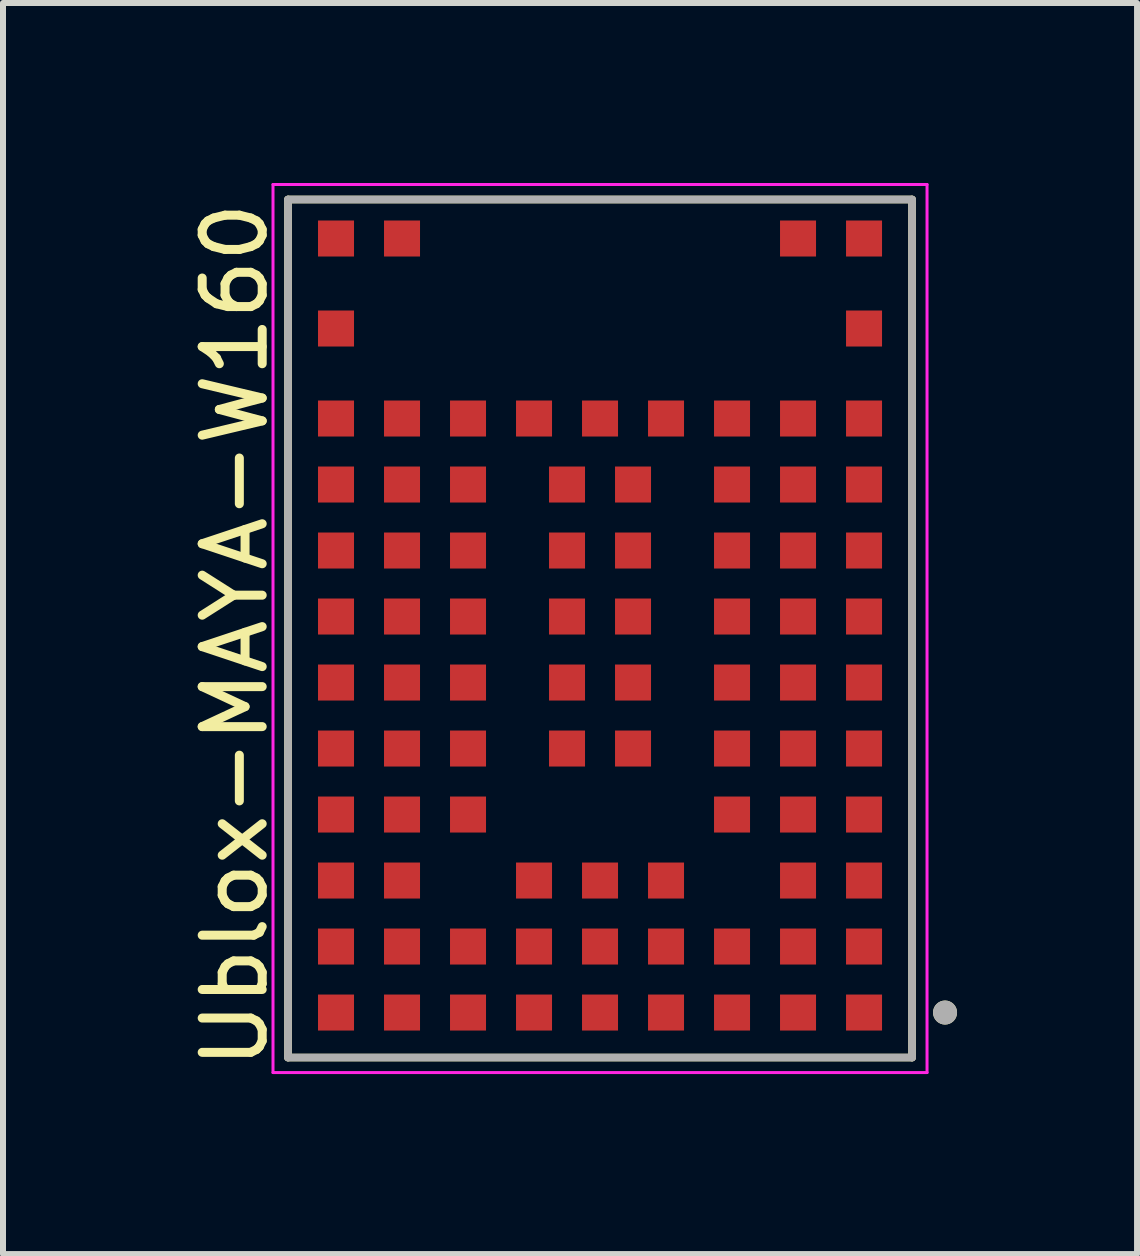
<source format=kicad_pcb>
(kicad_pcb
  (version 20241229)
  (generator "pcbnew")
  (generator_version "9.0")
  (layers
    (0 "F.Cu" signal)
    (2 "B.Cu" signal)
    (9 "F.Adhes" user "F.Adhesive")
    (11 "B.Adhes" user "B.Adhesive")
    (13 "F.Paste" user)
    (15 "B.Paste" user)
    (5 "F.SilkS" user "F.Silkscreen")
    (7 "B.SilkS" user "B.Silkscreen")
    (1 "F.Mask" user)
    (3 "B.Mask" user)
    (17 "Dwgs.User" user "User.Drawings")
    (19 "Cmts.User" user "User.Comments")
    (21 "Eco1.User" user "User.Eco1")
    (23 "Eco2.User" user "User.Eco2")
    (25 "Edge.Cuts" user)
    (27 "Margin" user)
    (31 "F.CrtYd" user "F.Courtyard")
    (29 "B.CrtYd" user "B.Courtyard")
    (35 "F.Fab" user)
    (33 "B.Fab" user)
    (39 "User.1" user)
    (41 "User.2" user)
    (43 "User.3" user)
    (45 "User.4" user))
  (footprint "Ublox-MAYA-W160"
    (layer "F.Cu")
    (at 6.95 7.225)
    (property "Reference" "Ublox-MAYA-W160" (at -5.5 7.6 270) (layer "F.SilkS") (effects (font (size 1 1) (thickness 0.15)) (justify left bottom)))
    (attr smd)
    (fp_line (start -5.2 -6.95) (end 5.2 -6.95) (stroke (width 0.127) (type solid)) (layer "F.SilkS"))
    (fp_line (start -5.2 7.35) (end -5.2 -6.95) (stroke (width 0.127) (type solid)) (layer "F.SilkS"))
    (fp_line (start 5.2 -6.95) (end 5.2 7.35) (stroke (width 0.127) (type solid)) (layer "F.SilkS"))
    (fp_line (start 5.2 7.35) (end -5.2 7.35) (stroke (width 0.127) (type solid)) (layer "F.SilkS"))
    (fp_circle (center 5.75 6.6) (end 5.85 6.6) (stroke (width 0.2) (type solid)) (fill no) (layer "F.SilkS"))
    (fp_line (start -5.45 -7.2) (end 5.45 -7.2) (stroke (width 0.05) (type solid)) (layer "F.CrtYd"))
    (fp_line (start -5.45 7.6) (end -5.45 -7.2) (stroke (width 0.05) (type solid)) (layer "F.CrtYd"))
    (fp_line (start 5.45 -7.2) (end 5.45 7.6) (stroke (width 0.05) (type solid)) (layer "F.CrtYd"))
    (fp_line (start 5.45 7.6) (end -5.45 7.6) (stroke (width 0.05) (type solid)) (layer "F.CrtYd"))
    (fp_line (start -5.2 -6.95) (end 5.2 -6.95) (stroke (width 0.127) (type solid)) (layer "F.Fab"))
    (fp_line (start -5.2 7.35) (end -5.2 -6.95) (stroke (width 0.127) (type solid)) (layer "F.Fab"))
    (fp_line (start 5.2 -6.95) (end 5.2 7.35) (stroke (width 0.127) (type solid)) (layer "F.Fab"))
    (fp_line (start 5.2 7.35) (end -5.2 7.35) (stroke (width 0.127) (type solid)) (layer "F.Fab"))
    (fp_circle (center 5.75 6.6) (end 5.85 6.6) (stroke (width 0.2) (type solid)) (fill no) (layer "F.Fab"))
    (pad "A1" smd rect (at 4.4 6.6) (size 0.6 0.6) (layers "F.Cu" "F.Mask" "F.Paste"))
    (pad "A2" smd rect (at 3.3 6.6) (size 0.6 0.6) (layers "F.Cu" "F.Mask" "F.Paste"))
    (pad "A3" smd rect (at 2.2 6.6) (size 0.6 0.6) (layers "F.Cu" "F.Mask" "F.Paste"))
    (pad "A4" smd rect (at 1.1 6.6) (size 0.6 0.6) (layers "F.Cu" "F.Mask" "F.Paste"))
    (pad "A5" smd rect (at 0 6.6) (size 0.6 0.6) (layers "F.Cu" "F.Mask" "F.Paste"))
    (pad "A6" smd rect (at -1.1 6.6) (size 0.6 0.6) (layers "F.Cu" "F.Mask" "F.Paste"))
    (pad "A7" smd rect (at -2.2 6.6) (size 0.6 0.6) (layers "F.Cu" "F.Mask" "F.Paste"))
    (pad "A8" smd rect (at -3.3 6.6) (size 0.6 0.6) (layers "F.Cu" "F.Mask" "F.Paste"))
    (pad "A9" smd rect (at -4.4 6.6) (size 0.6 0.6) (layers "F.Cu" "F.Mask" "F.Paste"))
    (pad "B1" smd rect (at 4.4 5.5) (size 0.6 0.6) (layers "F.Cu" "F.Mask" "F.Paste"))
    (pad "B2" smd rect (at 3.3 5.5) (size 0.6 0.6) (layers "F.Cu" "F.Mask" "F.Paste"))
    (pad "B3" smd rect (at 2.2 5.5) (size 0.6 0.6) (layers "F.Cu" "F.Mask" "F.Paste"))
    (pad "B4" smd rect (at 1.1 5.5) (size 0.6 0.6) (layers "F.Cu" "F.Mask" "F.Paste"))
    (pad "B5" smd rect (at 0 5.5) (size 0.6 0.6) (layers "F.Cu" "F.Mask" "F.Paste"))
    (pad "B6" smd rect (at -1.1 5.5) (size 0.6 0.6) (layers "F.Cu" "F.Mask" "F.Paste"))
    (pad "B7" smd rect (at -2.2 5.5) (size 0.6 0.6) (layers "F.Cu" "F.Mask" "F.Paste"))
    (pad "B8" smd rect (at -3.3 5.5) (size 0.6 0.6) (layers "F.Cu" "F.Mask" "F.Paste"))
    (pad "B9" smd rect (at -4.4 5.5) (size 0.6 0.6) (layers "F.Cu" "F.Mask" "F.Paste"))
    (pad "C1" smd rect (at 4.4 4.4) (size 0.6 0.6) (layers "F.Cu" "F.Mask" "F.Paste"))
    (pad "C2" smd rect (at 3.3 4.4) (size 0.6 0.6) (layers "F.Cu" "F.Mask" "F.Paste"))
    (pad "C4" smd rect (at 1.1 4.4) (size 0.6 0.6) (layers "F.Cu" "F.Mask" "F.Paste"))
    (pad "C5" smd rect (at 0 4.4) (size 0.6 0.6) (layers "F.Cu" "F.Mask" "F.Paste"))
    (pad "C6" smd rect (at -1.1 4.4) (size 0.6 0.6) (layers "F.Cu" "F.Mask" "F.Paste"))
    (pad "C8" smd rect (at -3.3 4.4) (size 0.6 0.6) (layers "F.Cu" "F.Mask" "F.Paste"))
    (pad "C9" smd rect (at -4.4 4.4) (size 0.6 0.6) (layers "F.Cu" "F.Mask" "F.Paste"))
    (pad "D1" smd rect (at 4.4 3.3) (size 0.6 0.6) (layers "F.Cu" "F.Mask" "F.Paste"))
    (pad "D2" smd rect (at 3.3 3.3) (size 0.6 0.6) (layers "F.Cu" "F.Mask" "F.Paste"))
    (pad "D3" smd rect (at 2.2 3.3) (size 0.6 0.6) (layers "F.Cu" "F.Mask" "F.Paste"))
    (pad "D7" smd rect (at -2.2 3.3) (size 0.6 0.6) (layers "F.Cu" "F.Mask" "F.Paste"))
    (pad "D8" smd rect (at -3.3 3.3) (size 0.6 0.6) (layers "F.Cu" "F.Mask" "F.Paste"))
    (pad "D9" smd rect (at -4.4 3.3) (size 0.6 0.6) (layers "F.Cu" "F.Mask" "F.Paste"))
    (pad "E1" smd rect (at 4.4 2.2) (size 0.6 0.6) (layers "F.Cu" "F.Mask" "F.Paste"))
    (pad "E2" smd rect (at 3.3 2.2) (size 0.6 0.6) (layers "F.Cu" "F.Mask" "F.Paste"))
    (pad "E3" smd rect (at 2.2 2.2) (size 0.6 0.6) (layers "F.Cu" "F.Mask" "F.Paste"))
    (pad "E4" smd rect (at 0.55 2.2) (size 0.6 0.6) (layers "F.Cu" "F.Mask" "F.Paste"))
    (pad "E5" smd rect (at -0.55 2.2) (size 0.6 0.6) (layers "F.Cu" "F.Mask" "F.Paste"))
    (pad "E7" smd rect (at -2.2 2.2) (size 0.6 0.6) (layers "F.Cu" "F.Mask" "F.Paste"))
    (pad "E8" smd rect (at -3.3 2.2) (size 0.6 0.6) (layers "F.Cu" "F.Mask" "F.Paste"))
    (pad "E9" smd rect (at -4.4 2.2) (size 0.6 0.6) (layers "F.Cu" "F.Mask" "F.Paste"))
    (pad "F1" smd rect (at 4.4 1.1) (size 0.6 0.6) (layers "F.Cu" "F.Mask" "F.Paste"))
    (pad "F2" smd rect (at 3.3 1.1) (size 0.6 0.6) (layers "F.Cu" "F.Mask" "F.Paste"))
    (pad "F3" smd rect (at 2.2 1.1) (size 0.6 0.6) (layers "F.Cu" "F.Mask" "F.Paste"))
    (pad "F4" smd rect (at 0.55 1.1) (size 0.6 0.6) (layers "F.Cu" "F.Mask" "F.Paste"))
    (pad "F5" smd rect (at -0.55 1.1) (size 0.6 0.6) (layers "F.Cu" "F.Mask" "F.Paste"))
    (pad "F7" smd rect (at -2.2 1.1) (size 0.6 0.6) (layers "F.Cu" "F.Mask" "F.Paste"))
    (pad "F8" smd rect (at -3.3 1.1) (size 0.6 0.6) (layers "F.Cu" "F.Mask" "F.Paste"))
    (pad "F9" smd rect (at -4.4 1.1) (size 0.6 0.6) (layers "F.Cu" "F.Mask" "F.Paste"))
    (pad "G1" smd rect (at 4.4 0) (size 0.6 0.6) (layers "F.Cu" "F.Mask" "F.Paste"))
    (pad "G2" smd rect (at 3.3 0) (size 0.6 0.6) (layers "F.Cu" "F.Mask" "F.Paste"))
    (pad "G3" smd rect (at 2.2 0) (size 0.6 0.6) (layers "F.Cu" "F.Mask" "F.Paste"))
    (pad "G4" smd rect (at 0.55 0) (size 0.6 0.6) (layers "F.Cu" "F.Mask" "F.Paste"))
    (pad "G5" smd rect (at -0.55 0) (size 0.6 0.6) (layers "F.Cu" "F.Mask" "F.Paste"))
    (pad "G7" smd rect (at -2.2 0) (size 0.6 0.6) (layers "F.Cu" "F.Mask" "F.Paste"))
    (pad "G8" smd rect (at -3.3 0) (size 0.6 0.6) (layers "F.Cu" "F.Mask" "F.Paste"))
    (pad "G9" smd rect (at -4.4 0) (size 0.6 0.6) (layers "F.Cu" "F.Mask" "F.Paste"))
    (pad "H1" smd rect (at 4.4 -1.1) (size 0.6 0.6) (layers "F.Cu" "F.Mask" "F.Paste"))
    (pad "H2" smd rect (at 3.3 -1.1) (size 0.6 0.6) (layers "F.Cu" "F.Mask" "F.Paste"))
    (pad "H3" smd rect (at 2.2 -1.1) (size 0.6 0.6) (layers "F.Cu" "F.Mask" "F.Paste"))
    (pad "H4" smd rect (at 0.55 -1.1) (size 0.6 0.6) (layers "F.Cu" "F.Mask" "F.Paste"))
    (pad "H5" smd rect (at -0.55 -1.1) (size 0.6 0.6) (layers "F.Cu" "F.Mask" "F.Paste"))
    (pad "H7" smd rect (at -2.2 -1.1) (size 0.6 0.6) (layers "F.Cu" "F.Mask" "F.Paste"))
    (pad "H8" smd rect (at -3.3 -1.1) (size 0.6 0.6) (layers "F.Cu" "F.Mask" "F.Paste"))
    (pad "H9" smd rect (at -4.4 -1.1) (size 0.6 0.6) (layers "F.Cu" "F.Mask" "F.Paste"))
    (pad "J1" smd rect (at 4.4 -2.2) (size 0.6 0.6) (layers "F.Cu" "F.Mask" "F.Paste"))
    (pad "J2" smd rect (at 3.3 -2.2) (size 0.6 0.6) (layers "F.Cu" "F.Mask" "F.Paste"))
    (pad "J3" smd rect (at 2.2 -2.2) (size 0.6 0.6) (layers "F.Cu" "F.Mask" "F.Paste"))
    (pad "J4" smd rect (at 0.55 -2.2) (size 0.6 0.6) (layers "F.Cu" "F.Mask" "F.Paste"))
    (pad "J5" smd rect (at -0.55 -2.2) (size 0.6 0.6) (layers "F.Cu" "F.Mask" "F.Paste"))
    (pad "J7" smd rect (at -2.2 -2.2) (size 0.6 0.6) (layers "F.Cu" "F.Mask" "F.Paste"))
    (pad "J8" smd rect (at -3.3 -2.2) (size 0.6 0.6) (layers "F.Cu" "F.Mask" "F.Paste"))
    (pad "J9" smd rect (at -4.4 -2.2) (size 0.6 0.6) (layers "F.Cu" "F.Mask" "F.Paste"))
    (pad "K1" smd rect (at 4.4 -3.3) (size 0.6 0.6) (layers "F.Cu" "F.Mask" "F.Paste"))
    (pad "K2" smd rect (at 3.3 -3.3) (size 0.6 0.6) (layers "F.Cu" "F.Mask" "F.Paste"))
    (pad "K3" smd rect (at 2.2 -3.3) (size 0.6 0.6) (layers "F.Cu" "F.Mask" "F.Paste"))
    (pad "K4" smd rect (at 1.1 -3.3) (size 0.6 0.6) (layers "F.Cu" "F.Mask" "F.Paste"))
    (pad "K5" smd rect (at 0 -3.3) (size 0.6 0.6) (layers "F.Cu" "F.Mask" "F.Paste"))
    (pad "K6" smd rect (at -1.1 -3.3) (size 0.6 0.6) (layers "F.Cu" "F.Mask" "F.Paste"))
    (pad "K7" smd rect (at -2.2 -3.3) (size 0.6 0.6) (layers "F.Cu" "F.Mask" "F.Paste"))
    (pad "K8" smd rect (at -3.3 -3.3) (size 0.6 0.6) (layers "F.Cu" "F.Mask" "F.Paste"))
    (pad "K9" smd rect (at -4.4 -3.3) (size 0.6 0.6) (layers "F.Cu" "F.Mask" "F.Paste"))
    (pad "L1" smd rect (at 4.4 -4.8) (size 0.6 0.6) (layers "F.Cu" "F.Mask" "F.Paste"))
    (pad "L9" smd rect (at -4.4 -4.8) (size 0.6 0.6) (layers "F.Cu" "F.Mask" "F.Paste"))
    (pad "M1" smd rect (at 4.4 -6.3) (size 0.6 0.6) (layers "F.Cu" "F.Mask" "F.Paste"))
    (pad "M2" smd rect (at 3.3 -6.3) (size 0.6 0.6) (layers "F.Cu" "F.Mask" "F.Paste"))
    (pad "M8" smd rect (at -3.3 -6.3) (size 0.6 0.6) (layers "F.Cu" "F.Mask" "F.Paste"))
    (pad "M9" smd rect (at -4.4 -6.3) (size 0.6 0.6) (layers "F.Cu" "F.Mask" "F.Paste"))
    (zone (net_name "") (layer "F.Cu") (hatch full 0.508) (connect_pads) (min_thickness 0.01) (filled_areas_thickness no) (keepout (tracks not_allowed) (vias not_allowed) (pads not_allowed) (copperpour not_allowed) (footprints allowed)) (placement (enabled no)) (fill) (polygon (pts (xy 1.75 0.425) (xy 3.95 0.425) (xy 3.95 1.225) (xy 2.85 1.225) (xy 2.85 3.625) (xy 11.05 3.625) (xy 11.05 1.225) (xy 9.95 1.225) (xy 9.95 0.425) (xy 12.15 0.425) (xy 12.15 0.275) (xy 1.75 0.275))))
    (zone (net_name "") (layers "F.Cu" "B.Cu") (hatch full 0.508) (connect_pads) (min_thickness 0.01) (filled_areas_thickness no) (keepout (tracks allowed) (vias not_allowed) (pads allowed) (copperpour allowed) (footprints allowed)) (placement (enabled no)) (fill) (polygon (pts (xy 1.75 0.425) (xy 3.95 0.425) (xy 3.95 1.225) (xy 2.85 1.225) (xy 2.85 3.625) (xy 11.05 3.625) (xy 11.05 1.225) (xy 9.95 1.225) (xy 9.95 0.425) (xy 12.15 0.425) (xy 12.15 0.275) (xy 1.75 0.275)))))
  (gr_rect
    (start -3 -3)
    (end 15.9 17.85)
    (stroke (width 0.1) (type default))
    (fill no)
    (layer "Edge.Cuts")))
</source>
